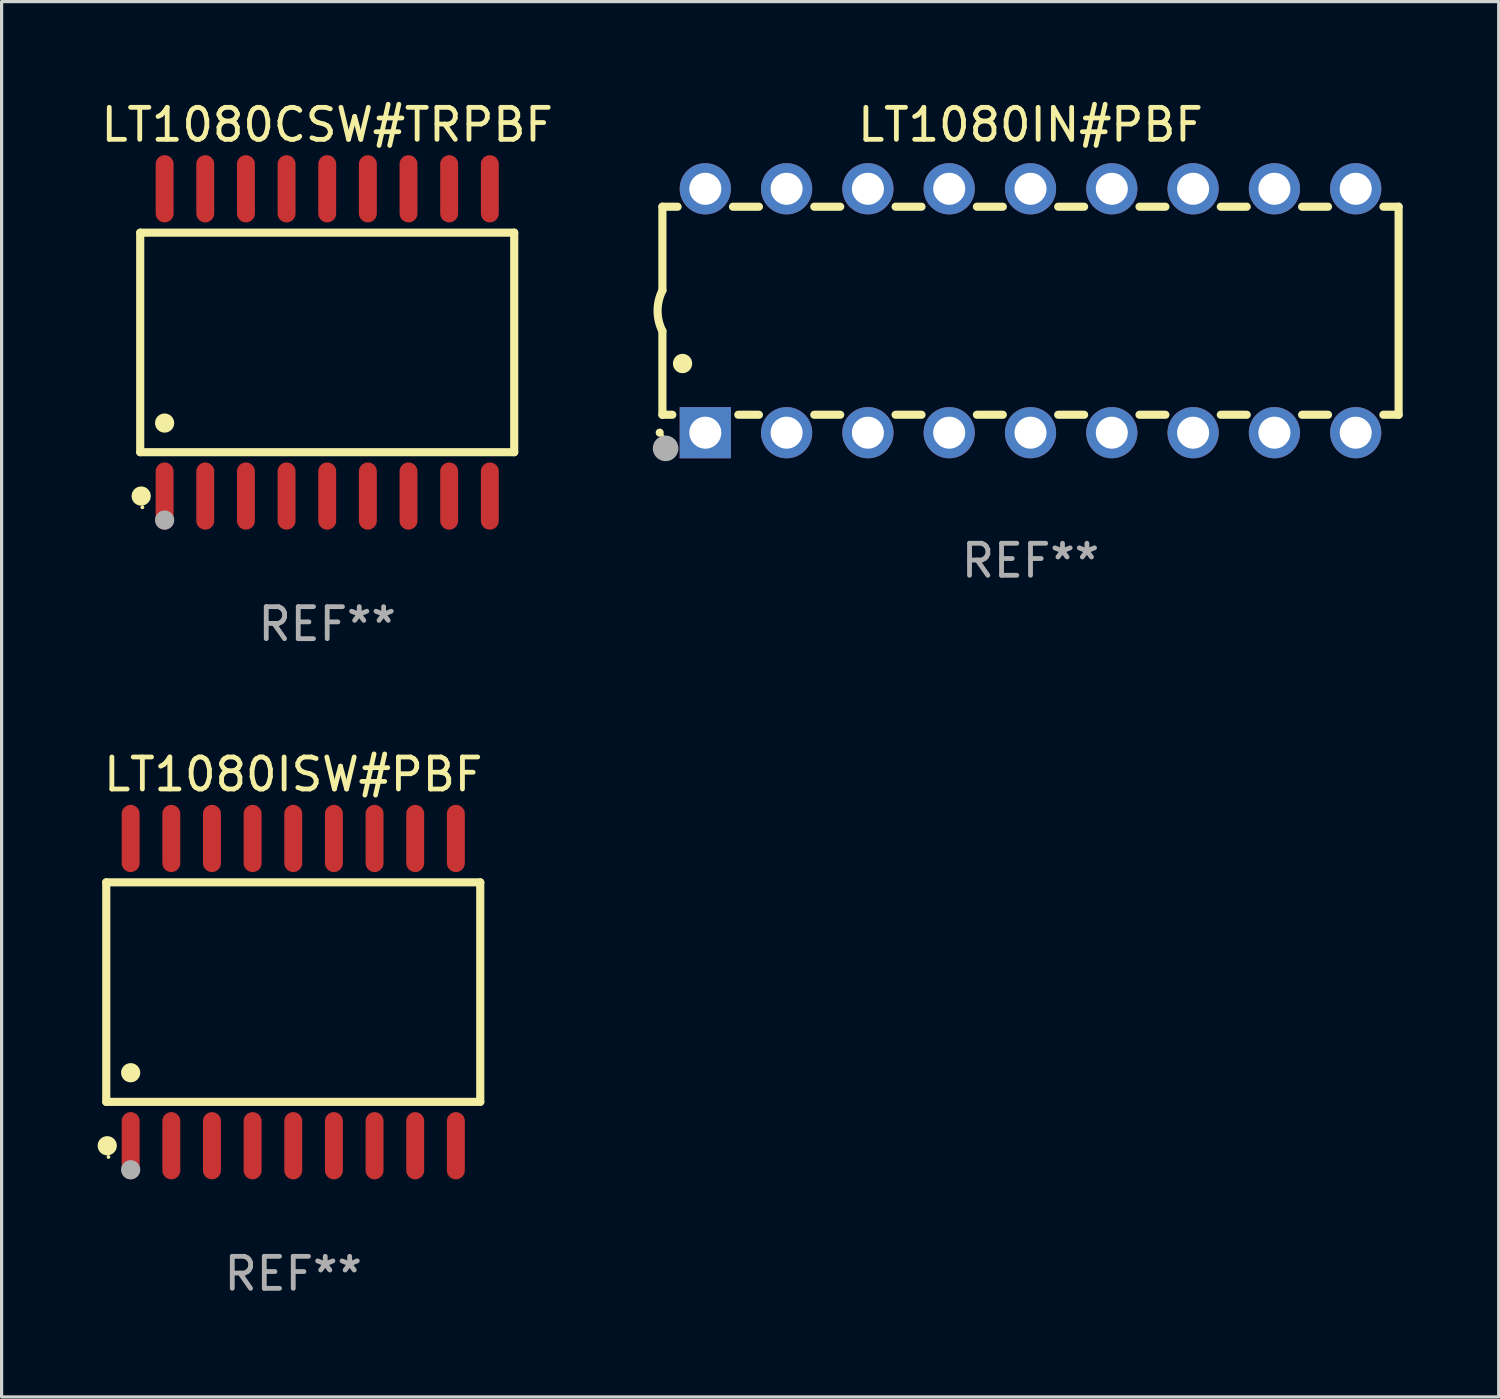
<source format=kicad_pcb>
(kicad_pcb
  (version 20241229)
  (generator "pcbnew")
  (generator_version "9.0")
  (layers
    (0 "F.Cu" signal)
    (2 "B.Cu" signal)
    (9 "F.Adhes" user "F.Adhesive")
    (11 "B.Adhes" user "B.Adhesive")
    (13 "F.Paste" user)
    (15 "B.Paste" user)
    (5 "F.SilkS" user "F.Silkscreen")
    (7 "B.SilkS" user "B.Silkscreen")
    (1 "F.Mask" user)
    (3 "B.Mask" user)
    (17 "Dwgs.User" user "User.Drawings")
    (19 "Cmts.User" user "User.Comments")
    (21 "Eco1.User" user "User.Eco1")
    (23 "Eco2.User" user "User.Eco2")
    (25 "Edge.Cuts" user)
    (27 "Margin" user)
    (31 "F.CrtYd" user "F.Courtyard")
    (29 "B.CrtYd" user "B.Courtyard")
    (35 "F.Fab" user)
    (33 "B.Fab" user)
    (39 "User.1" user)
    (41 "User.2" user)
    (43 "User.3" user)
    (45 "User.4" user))
  (footprint "LT1080CSW#TRPBF"
    (layer "F.Cu")
    (at 7.173 7.648)
    (property "Reference" "LT1080CSW#TRPBF" (at 0 -6.8 0) (layer "F.SilkS") (effects (font (size 1 1) (thickness 0.15))))
    (attr through_hole)
    (fp_line (start -5.842 -3.429) (end -5.842 3.429) (stroke (width 0.254) (type solid)) (layer "F.SilkS"))
    (fp_line (start -5.842 3.429) (end 5.842 3.429) (stroke (width 0.254) (type solid)) (layer "F.SilkS"))
    (fp_line (start 5.842 -3.429) (end -5.842 -3.429) (stroke (width 0.254) (type solid)) (layer "F.SilkS"))
    (fp_line (start 5.842 3.429) (end 5.842 -3.429) (stroke (width 0.254) (type solid)) (layer "F.SilkS"))
    (fp_circle (center -5.812 4.8) (end -5.662 4.8) (stroke (width 0.3) (type solid)) (fill no) (layer "F.SilkS"))
    (fp_circle (center -5.775 5.15) (end -5.745 5.15) (stroke (width 0.06) (type solid)) (fill no) (layer "F.SilkS"))
    (fp_circle (center -5.08 2.519) (end -4.93 2.519) (stroke (width 0.3) (type solid)) (fill no) (layer "F.SilkS"))
    (fp_circle (center -5.08 5.55) (end -4.93 5.55) (stroke (width 0.3) (type solid)) (fill no) (layer "F.Fab"))
    (fp_text user "REF**" (at 0 8.8 0) (layer "F.Fab") (effects (font (size 1 1) (thickness 0.15))))
    (pad "1" smd oval (at -5.08 4.8) (size 0.56 2.1) (layers "F.Cu" "F.Mask" "F.Paste"))
    (pad "2" smd oval (at -3.81 4.8) (size 0.56 2.1) (layers "F.Cu" "F.Mask" "F.Paste"))
    (pad "3" smd oval (at -2.54 4.8) (size 0.56 2.1) (layers "F.Cu" "F.Mask" "F.Paste"))
    (pad "4" smd oval (at -1.27 4.8) (size 0.56 2.1) (layers "F.Cu" "F.Mask" "F.Paste"))
    (pad "5" smd oval (at 0 4.8) (size 0.56 2.1) (layers "F.Cu" "F.Mask" "F.Paste"))
    (pad "6" smd oval (at 1.27 4.8) (size 0.56 2.1) (layers "F.Cu" "F.Mask" "F.Paste"))
    (pad "7" smd oval (at 2.54 4.8) (size 0.56 2.1) (layers "F.Cu" "F.Mask" "F.Paste"))
    (pad "8" smd oval (at 3.81 4.8) (size 0.56 2.1) (layers "F.Cu" "F.Mask" "F.Paste"))
    (pad "9" smd oval (at 5.08 4.8) (size 0.56 2.1) (layers "F.Cu" "F.Mask" "F.Paste"))
    (pad "10" smd oval (at 5.08 -4.8) (size 0.56 2.1) (layers "F.Cu" "F.Mask" "F.Paste"))
    (pad "11" smd oval (at 3.81 -4.8) (size 0.56 2.1) (layers "F.Cu" "F.Mask" "F.Paste"))
    (pad "12" smd oval (at 2.54 -4.8) (size 0.56 2.1) (layers "F.Cu" "F.Mask" "F.Paste"))
    (pad "13" smd oval (at 1.27 -4.8) (size 0.56 2.1) (layers "F.Cu" "F.Mask" "F.Paste"))
    (pad "14" smd oval (at 0 -4.8) (size 0.56 2.1) (layers "F.Cu" "F.Mask" "F.Paste"))
    (pad "15" smd oval (at -1.27 -4.8) (size 0.56 2.1) (layers "F.Cu" "F.Mask" "F.Paste"))
    (pad "16" smd oval (at -2.54 -4.8) (size 0.56 2.1) (layers "F.Cu" "F.Mask" "F.Paste"))
    (pad "17" smd oval (at -3.81 -4.8) (size 0.56 2.1) (layers "F.Cu" "F.Mask" "F.Paste"))
    (pad "18" smd oval (at -5.08 -4.8) (size 0.56 2.1) (layers "F.Cu" "F.Mask" "F.Paste")))
  (footprint "LT1080IN#PBF"
    (layer "F.Cu")
    (at 29.145 6.658)
    (property "Reference" "LT1080IN#PBF" (at 0 -5.81 0) (layer "F.SilkS") (effects (font (size 1 1) (thickness 0.15))))
    (attr through_hole)
    (fp_line (start -11.5 -3.25) (end -11.5 -0.635) (stroke (width 0.254) (type solid)) (layer "F.SilkS"))
    (fp_line (start -11.5 3.25) (end -11.5 0.635) (stroke (width 0.254) (type solid)) (layer "F.SilkS"))
    (fp_line (start -11.5 3.25) (end -11.191 3.25) (stroke (width 0.254) (type solid)) (layer "F.SilkS"))
    (fp_line (start -11.025 -3.25) (end -11.5 -3.25) (stroke (width 0.254) (type solid)) (layer "F.SilkS"))
    (fp_line (start -9.129 3.25) (end -8.485 3.25) (stroke (width 0.254) (type solid)) (layer "F.SilkS"))
    (fp_line (start -8.485 -3.25) (end -9.295 -3.25) (stroke (width 0.254) (type solid)) (layer "F.SilkS"))
    (fp_line (start -6.755 3.25) (end -5.945 3.25) (stroke (width 0.254) (type solid)) (layer "F.SilkS"))
    (fp_line (start -5.945 -3.25) (end -6.755 -3.25) (stroke (width 0.254) (type solid)) (layer "F.SilkS"))
    (fp_line (start -4.215 3.25) (end -3.405 3.25) (stroke (width 0.254) (type solid)) (layer "F.SilkS"))
    (fp_line (start -3.405 -3.25) (end -4.215 -3.25) (stroke (width 0.254) (type solid)) (layer "F.SilkS"))
    (fp_line (start -1.675 3.25) (end -0.865 3.25) (stroke (width 0.254) (type solid)) (layer "F.SilkS"))
    (fp_line (start -0.865 -3.25) (end -1.675 -3.25) (stroke (width 0.254) (type solid)) (layer "F.SilkS"))
    (fp_line (start 0.865 3.25) (end 1.675 3.25) (stroke (width 0.254) (type solid)) (layer "F.SilkS"))
    (fp_line (start 1.675 -3.25) (end 0.865 -3.25) (stroke (width 0.254) (type solid)) (layer "F.SilkS"))
    (fp_line (start 3.405 3.25) (end 4.215 3.25) (stroke (width 0.254) (type solid)) (layer "F.SilkS"))
    (fp_line (start 4.215 -3.25) (end 3.405 -3.25) (stroke (width 0.254) (type solid)) (layer "F.SilkS"))
    (fp_line (start 5.945 3.25) (end 6.755 3.25) (stroke (width 0.254) (type solid)) (layer "F.SilkS"))
    (fp_line (start 6.755 -3.25) (end 5.945 -3.25) (stroke (width 0.254) (type solid)) (layer "F.SilkS"))
    (fp_line (start 8.485 3.25) (end 9.295 3.25) (stroke (width 0.254) (type solid)) (layer "F.SilkS"))
    (fp_line (start 9.295 -3.25) (end 8.485 -3.25) (stroke (width 0.254) (type solid)) (layer "F.SilkS"))
    (fp_line (start 11.025 3.25) (end 11.5 3.25) (stroke (width 0.254) (type solid)) (layer "F.SilkS"))
    (fp_line (start 11.5 -3.25) (end 11.025 -3.25) (stroke (width 0.254) (type solid)) (layer "F.SilkS"))
    (fp_line (start 11.5 -3.25) (end 11.5 3.25) (stroke (width 0.254) (type solid)) (layer "F.SilkS"))
    (fp_arc (start -11.584963 3.810008) (mid -11.58497 3.808738) (end -11.584963 3.807468) (stroke (width 0.25) (type solid)) (layer "F.SilkS"))
    (fp_arc (start -11.501143 0.635001) (mid -11.650665 -0.000132) (end -11.500025 -0.635001) (stroke (width 0.254001) (type solid)) (layer "F.SilkS"))
    (fp_arc (start -10.871222 1.651003) (mid -10.871233 1.648463) (end -10.871222 1.645923) (stroke (width 0.6) (type solid)) (layer "F.SilkS"))
    (fp_circle (center -11.5 3.91) (end -11.47 3.91) (stroke (width 0.06) (type solid)) (fill no) (layer "F.SilkS"))
    (fp_circle (center -11.4 4.3) (end -11.2 4.3) (stroke (width 0.4) (type solid)) (fill no) (layer "F.Fab"))
    (fp_text user "REF**" (at 0 7.81 0) (layer "F.Fab") (effects (font (size 1 1) (thickness 0.15))))
    (pad "1" thru_hole rect (at -10.16 3.81 90) (size 1.6 1.6) (drill 1) (layers "*.Cu" "*.Mask"))
    (pad "2" thru_hole circle (at -7.62 3.81 90) (size 1.6 1.6) (drill 1) (layers "*.Cu" "*.Mask"))
    (pad "3" thru_hole circle (at -5.08 3.81 90) (size 1.6 1.6) (drill 1) (layers "*.Cu" "*.Mask"))
    (pad "4" thru_hole circle (at -2.54 3.81 90) (size 1.6 1.6) (drill 1) (layers "*.Cu" "*.Mask"))
    (pad "5" thru_hole circle (at 0 3.81 90) (size 1.6 1.6) (drill 1) (layers "*.Cu" "*.Mask"))
    (pad "6" thru_hole circle (at 2.54 3.81 90) (size 1.6 1.6) (drill 1) (layers "*.Cu" "*.Mask"))
    (pad "7" thru_hole circle (at 5.08 3.81 90) (size 1.6 1.6) (drill 1) (layers "*.Cu" "*.Mask"))
    (pad "8" thru_hole circle (at 7.62 3.81 90) (size 1.6 1.6) (drill 1) (layers "*.Cu" "*.Mask"))
    (pad "9" thru_hole circle (at 10.16 3.81 90) (size 1.6 1.6) (drill 1) (layers "*.Cu" "*.Mask"))
    (pad "10" thru_hole circle (at 10.16 -3.81 90) (size 1.6 1.6) (drill 1) (layers "*.Cu" "*.Mask"))
    (pad "11" thru_hole circle (at 7.62 -3.81 90) (size 1.6 1.6) (drill 1) (layers "*.Cu" "*.Mask"))
    (pad "12" thru_hole circle (at 5.08 -3.81 90) (size 1.6 1.6) (drill 1) (layers "*.Cu" "*.Mask"))
    (pad "13" thru_hole circle (at 2.54 -3.81 90) (size 1.6 1.6) (drill 1) (layers "*.Cu" "*.Mask"))
    (pad "14" thru_hole circle (at 0 -3.81 90) (size 1.6 1.6) (drill 1) (layers "*.Cu" "*.Mask"))
    (pad "15" thru_hole circle (at -2.54 -3.81 90) (size 1.6 1.6) (drill 1) (layers "*.Cu" "*.Mask"))
    (pad "16" thru_hole circle (at -5.08 -3.81 90) (size 1.6 1.6) (drill 1) (layers "*.Cu" "*.Mask"))
    (pad "17" thru_hole circle (at -7.62 -3.81 90) (size 1.6 1.6) (drill 1) (layers "*.Cu" "*.Mask"))
    (pad "18" thru_hole circle (at -10.16 -3.81 90) (size 1.6 1.6) (drill 1) (layers "*.Cu" "*.Mask")))
  (footprint "LT1080ISW#PBF"
    (layer "F.Cu")
    (at 6.112 27.945)
    (property "Reference" "LT1080ISW#PBF" (at 0 -6.8 0) (layer "F.SilkS") (effects (font (size 1 1) (thickness 0.15))))
    (attr through_hole)
    (fp_line (start -5.842 -3.429) (end -5.842 3.429) (stroke (width 0.254) (type solid)) (layer "F.SilkS"))
    (fp_line (start -5.842 3.429) (end 5.842 3.429) (stroke (width 0.254) (type solid)) (layer "F.SilkS"))
    (fp_line (start 5.842 -3.429) (end -5.842 -3.429) (stroke (width 0.254) (type solid)) (layer "F.SilkS"))
    (fp_line (start 5.842 3.429) (end 5.842 -3.429) (stroke (width 0.254) (type solid)) (layer "F.SilkS"))
    (fp_circle (center -5.812 4.8) (end -5.662 4.8) (stroke (width 0.3) (type solid)) (fill no) (layer "F.SilkS"))
    (fp_circle (center -5.775 5.15) (end -5.745 5.15) (stroke (width 0.06) (type solid)) (fill no) (layer "F.SilkS"))
    (fp_circle (center -5.08 2.519) (end -4.93 2.519) (stroke (width 0.3) (type solid)) (fill no) (layer "F.SilkS"))
    (fp_circle (center -5.08 5.55) (end -4.93 5.55) (stroke (width 0.3) (type solid)) (fill no) (layer "F.Fab"))
    (fp_text user "REF**" (at 0 8.8 0) (layer "F.Fab") (effects (font (size 1 1) (thickness 0.15))))
    (pad "1" smd oval (at -5.08 4.8) (size 0.56 2.1) (layers "F.Cu" "F.Mask" "F.Paste"))
    (pad "2" smd oval (at -3.81 4.8) (size 0.56 2.1) (layers "F.Cu" "F.Mask" "F.Paste"))
    (pad "3" smd oval (at -2.54 4.8) (size 0.56 2.1) (layers "F.Cu" "F.Mask" "F.Paste"))
    (pad "4" smd oval (at -1.27 4.8) (size 0.56 2.1) (layers "F.Cu" "F.Mask" "F.Paste"))
    (pad "5" smd oval (at 0 4.8) (size 0.56 2.1) (layers "F.Cu" "F.Mask" "F.Paste"))
    (pad "6" smd oval (at 1.27 4.8) (size 0.56 2.1) (layers "F.Cu" "F.Mask" "F.Paste"))
    (pad "7" smd oval (at 2.54 4.8) (size 0.56 2.1) (layers "F.Cu" "F.Mask" "F.Paste"))
    (pad "8" smd oval (at 3.81 4.8) (size 0.56 2.1) (layers "F.Cu" "F.Mask" "F.Paste"))
    (pad "9" smd oval (at 5.08 4.8) (size 0.56 2.1) (layers "F.Cu" "F.Mask" "F.Paste"))
    (pad "10" smd oval (at 5.08 -4.8) (size 0.56 2.1) (layers "F.Cu" "F.Mask" "F.Paste"))
    (pad "11" smd oval (at 3.81 -4.8) (size 0.56 2.1) (layers "F.Cu" "F.Mask" "F.Paste"))
    (pad "12" smd oval (at 2.54 -4.8) (size 0.56 2.1) (layers "F.Cu" "F.Mask" "F.Paste"))
    (pad "13" smd oval (at 1.27 -4.8) (size 0.56 2.1) (layers "F.Cu" "F.Mask" "F.Paste"))
    (pad "14" smd oval (at 0 -4.8) (size 0.56 2.1) (layers "F.Cu" "F.Mask" "F.Paste"))
    (pad "15" smd oval (at -1.27 -4.8) (size 0.56 2.1) (layers "F.Cu" "F.Mask" "F.Paste"))
    (pad "16" smd oval (at -2.54 -4.8) (size 0.56 2.1) (layers "F.Cu" "F.Mask" "F.Paste"))
    (pad "17" smd oval (at -3.81 -4.8) (size 0.56 2.1) (layers "F.Cu" "F.Mask" "F.Paste"))
    (pad "18" smd oval (at -5.08 -4.8) (size 0.56 2.1) (layers "F.Cu" "F.Mask" "F.Paste")))
  (gr_rect
    (start -3 -3)
    (end 43.772 40.593)
    (stroke (width 0.1) (type default))
    (fill no)
    (layer "Edge.Cuts")))
</source>
